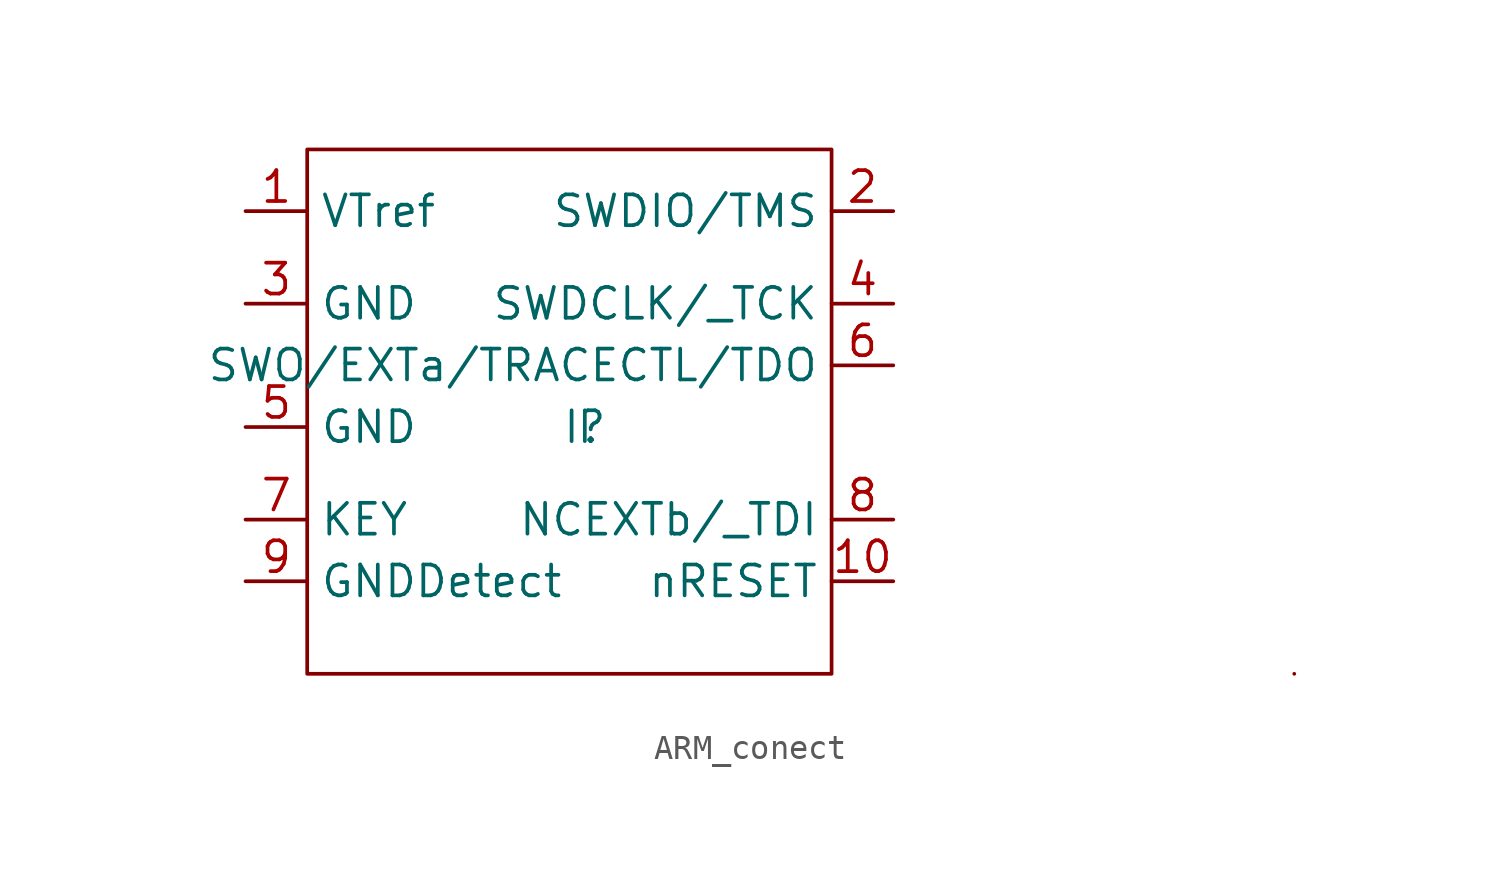
<source format=kicad_sym>
(kicad_symbol_lib
  (version 20220914)
  (generator kicad_symbol_editor)
  (symbol "ARM_conect"
    (property "Reference" "I"
      (at 0 0 0)
      (effects (font (size 1.27 1.27))))
    (property "Value" "I"
      (at 0 0 0)
      (effects (font (size 1.27 1.27))))
    (symbol "ARM_conect_0_1"
      (rectangle (start -11.43 11.43) (end 10.16 -10.16) (stroke (width 0) (type default)) (fill (type none)))
      (rectangle (start 29.21 -10.16) (end 29.21 -10.16) (stroke (width 0) (type default)) (fill (type none))))
    (symbol "ARM_conect_1_1"
      (pin power_in line (at -13.97 8.89 0) (length 2.54) (name "VTref" (effects (font (size 1.27 1.27)))) (number "1" (effects (font (size 1.27 1.27)))))
      (pin input line (at 12.7 -6.35 180) (length 2.54) (name "nRESET" (effects (font (size 1.27 1.27)))) (number "10" (effects (font (size 1.27 1.27)))))
      (pin bidirectional line (at 12.7 8.89 180) (length 2.54) (name "SWDIO/TMS" (effects (font (size 1.27 1.27)))) (number "2" (effects (font (size 1.27 1.27)))))
      (pin power_out line (at -13.97 5.08 0) (length 2.54) (name "GND" (effects (font (size 1.27 1.27)))) (number "3" (effects (font (size 1.27 1.27)))))
      (pin input line (at 12.7 5.08 180) (length 2.54) (name "SWDCLK/_TCK" (effects (font (size 1.27 1.27)))) (number "4" (effects (font (size 1.27 1.27)))))
      (pin power_out line (at -13.97 0 0) (length 2.54) (name "GND" (effects (font (size 1.27 1.27)))) (number "5" (effects (font (size 1.27 1.27)))))
      (pin output line (at 12.7 2.54 180) (length 2.54) (name "SWO/EXTa/TRACECTL/TDO" (effects (font (size 1.27 1.27)))) (number "6" (effects (font (size 1.27 1.27)))))
      (pin input line (at -13.97 -3.81 0) (length 2.54) (name "KEY" (effects (font (size 1.27 1.27)))) (number "7" (effects (font (size 1.27 1.27)))))
      (pin output line (at 12.7 -3.81 180) (length 2.54) (name "NCEXTb/_TDI" (effects (font (size 1.27 1.27)))) (number "8" (effects (font (size 1.27 1.27)))))
      (pin power_out line (at -13.97 -6.35 0) (length 2.54) (name "GNDDetect" (effects (font (size 1.27 1.27)))) (number "9" (effects (font (size 1.27 1.27))))))))
</source>
